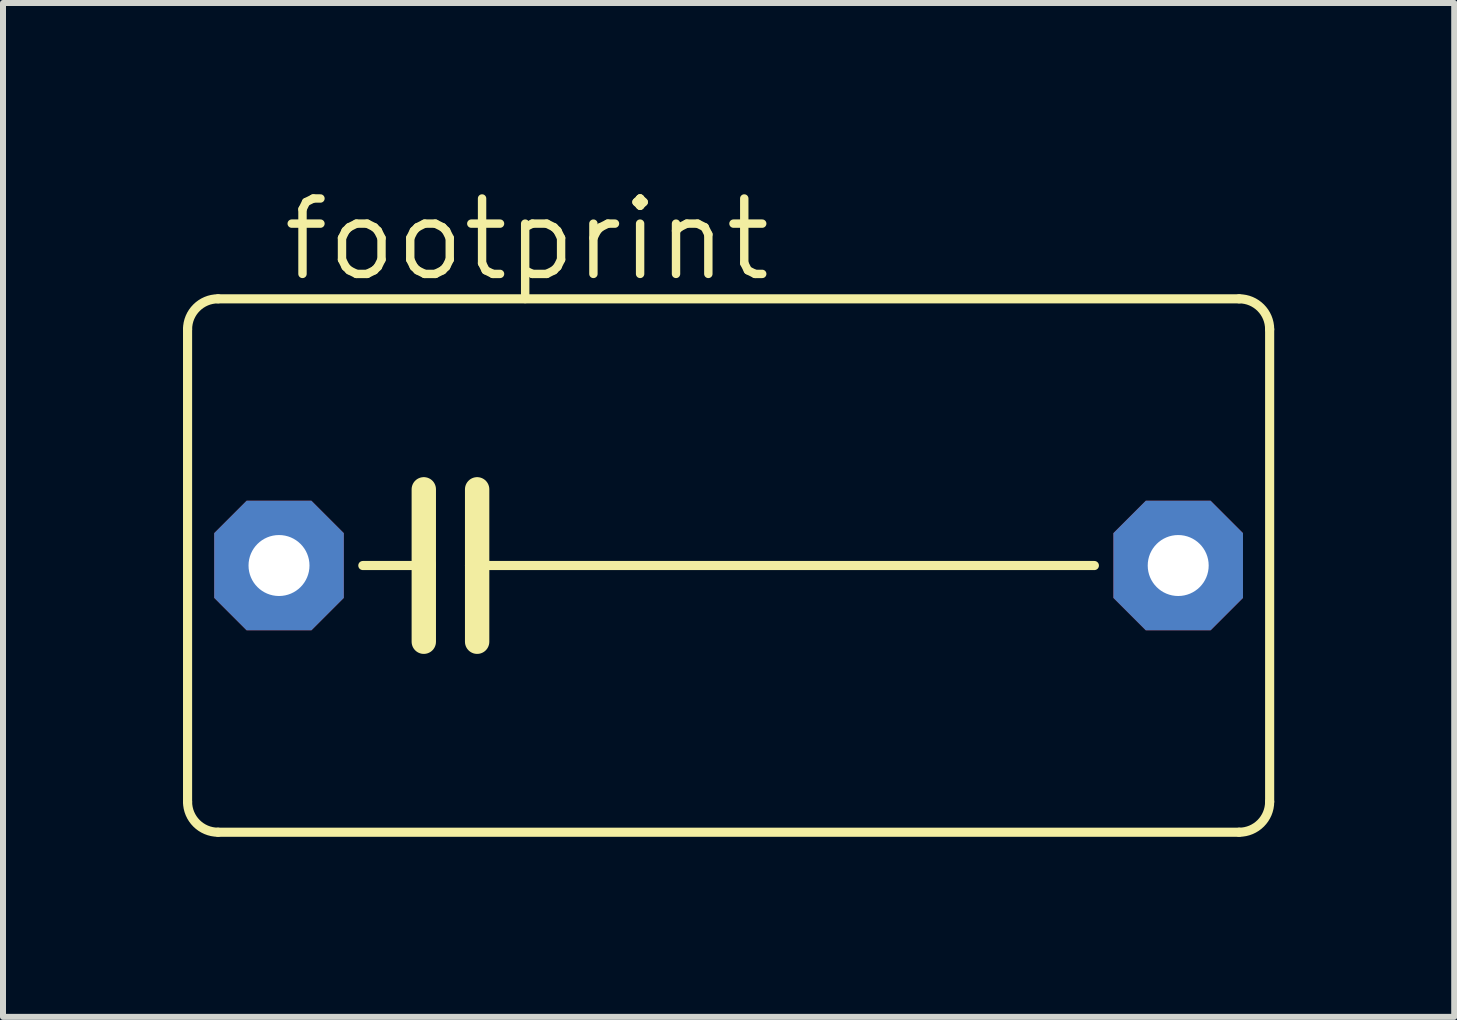
<source format=kicad_pcb>
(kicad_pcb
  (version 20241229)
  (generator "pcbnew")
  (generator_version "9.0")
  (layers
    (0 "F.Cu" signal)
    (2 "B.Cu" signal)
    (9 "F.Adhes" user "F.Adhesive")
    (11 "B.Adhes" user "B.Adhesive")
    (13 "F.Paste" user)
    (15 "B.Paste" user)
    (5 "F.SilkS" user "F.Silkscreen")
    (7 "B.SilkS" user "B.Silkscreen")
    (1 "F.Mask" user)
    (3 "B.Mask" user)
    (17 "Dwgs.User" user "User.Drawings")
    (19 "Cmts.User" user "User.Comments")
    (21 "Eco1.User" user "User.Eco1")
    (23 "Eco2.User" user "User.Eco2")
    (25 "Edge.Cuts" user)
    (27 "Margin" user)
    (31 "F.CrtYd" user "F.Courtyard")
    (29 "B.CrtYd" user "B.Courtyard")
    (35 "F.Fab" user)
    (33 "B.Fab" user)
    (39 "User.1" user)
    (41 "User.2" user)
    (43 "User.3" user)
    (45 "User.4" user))
  (footprint "footprint"
    (layer "F.Cu")
    (at 9.093 6.375)
    (property "Reference" "footprint" (at -7.493 -4.699 0) (layer "F.SilkS") (effects (font (size 1.257 1.257) (thickness 0.14)) (justify left bottom)))
    (fp_line (start -9.017 3.937) (end -9.017 -3.937) (stroke (width 0.152) (type solid)) (layer "F.SilkS"))
    (fp_line (start -8.509 -4.445) (end 8.509 -4.445) (stroke (width 0.152) (type solid)) (layer "F.SilkS"))
    (fp_line (start -5.08 -1.27) (end -5.08 0) (stroke (width 0.406) (type solid)) (layer "F.SilkS"))
    (fp_line (start -5.08 0) (end -6.096 0) (stroke (width 0.152) (type solid)) (layer "F.SilkS"))
    (fp_line (start -5.08 0) (end -5.08 1.27) (stroke (width 0.406) (type solid)) (layer "F.SilkS"))
    (fp_line (start -4.191 -1.27) (end -4.191 0) (stroke (width 0.406) (type solid)) (layer "F.SilkS"))
    (fp_line (start -4.191 0) (end -4.191 1.27) (stroke (width 0.406) (type solid)) (layer "F.SilkS"))
    (fp_line (start -4.191 0) (end 6.096 0) (stroke (width 0.152) (type solid)) (layer "F.SilkS"))
    (fp_line (start 8.509 4.445) (end -8.509 4.445) (stroke (width 0.152) (type solid)) (layer "F.SilkS"))
    (fp_line (start 9.017 -3.937) (end 9.017 3.937) (stroke (width 0.152) (type solid)) (layer "F.SilkS"))
    (fp_arc (start -9.017 -3.937) (mid -8.86821 -4.29621) (end -8.509 -4.445) (stroke (width 0.1524) (type solid)) (layer "F.SilkS"))
    (fp_arc (start -8.509 4.445) (mid -8.86821 4.29621) (end -9.017 3.937) (stroke (width 0.1524) (type solid)) (layer "F.SilkS"))
    (fp_arc (start 8.509 -4.445) (mid 8.86821 -4.29621) (end 9.017 -3.937) (stroke (width 0.1524) (type solid)) (layer "F.SilkS"))
    (fp_arc (start 9.017 3.937) (mid 8.86821 4.29621) (end 8.509 4.445) (stroke (width 0.1524) (type solid)) (layer "F.SilkS"))
    (pad "1" thru_hole roundrect (at -7.493 0) (size 2.159 2.159) (drill 1.016) (layers "*.Cu" "*.Mask") (roundrect_rratio 0.25) (chamfer_ratio 0.25) (chamfer top_left top_right bottom_left bottom_right))
    (pad "2" thru_hole roundrect (at 7.493 0) (size 2.159 2.159) (drill 1.016) (layers "*.Cu" "*.Mask") (roundrect_rratio 0.25) (chamfer_ratio 0.25) (chamfer top_left top_right bottom_left bottom_right)))
  (gr_rect
    (start -3 -3)
    (end 21.186 13.897)
    (stroke (width 0.1) (type default))
    (fill no)
    (layer "Edge.Cuts")))
</source>
